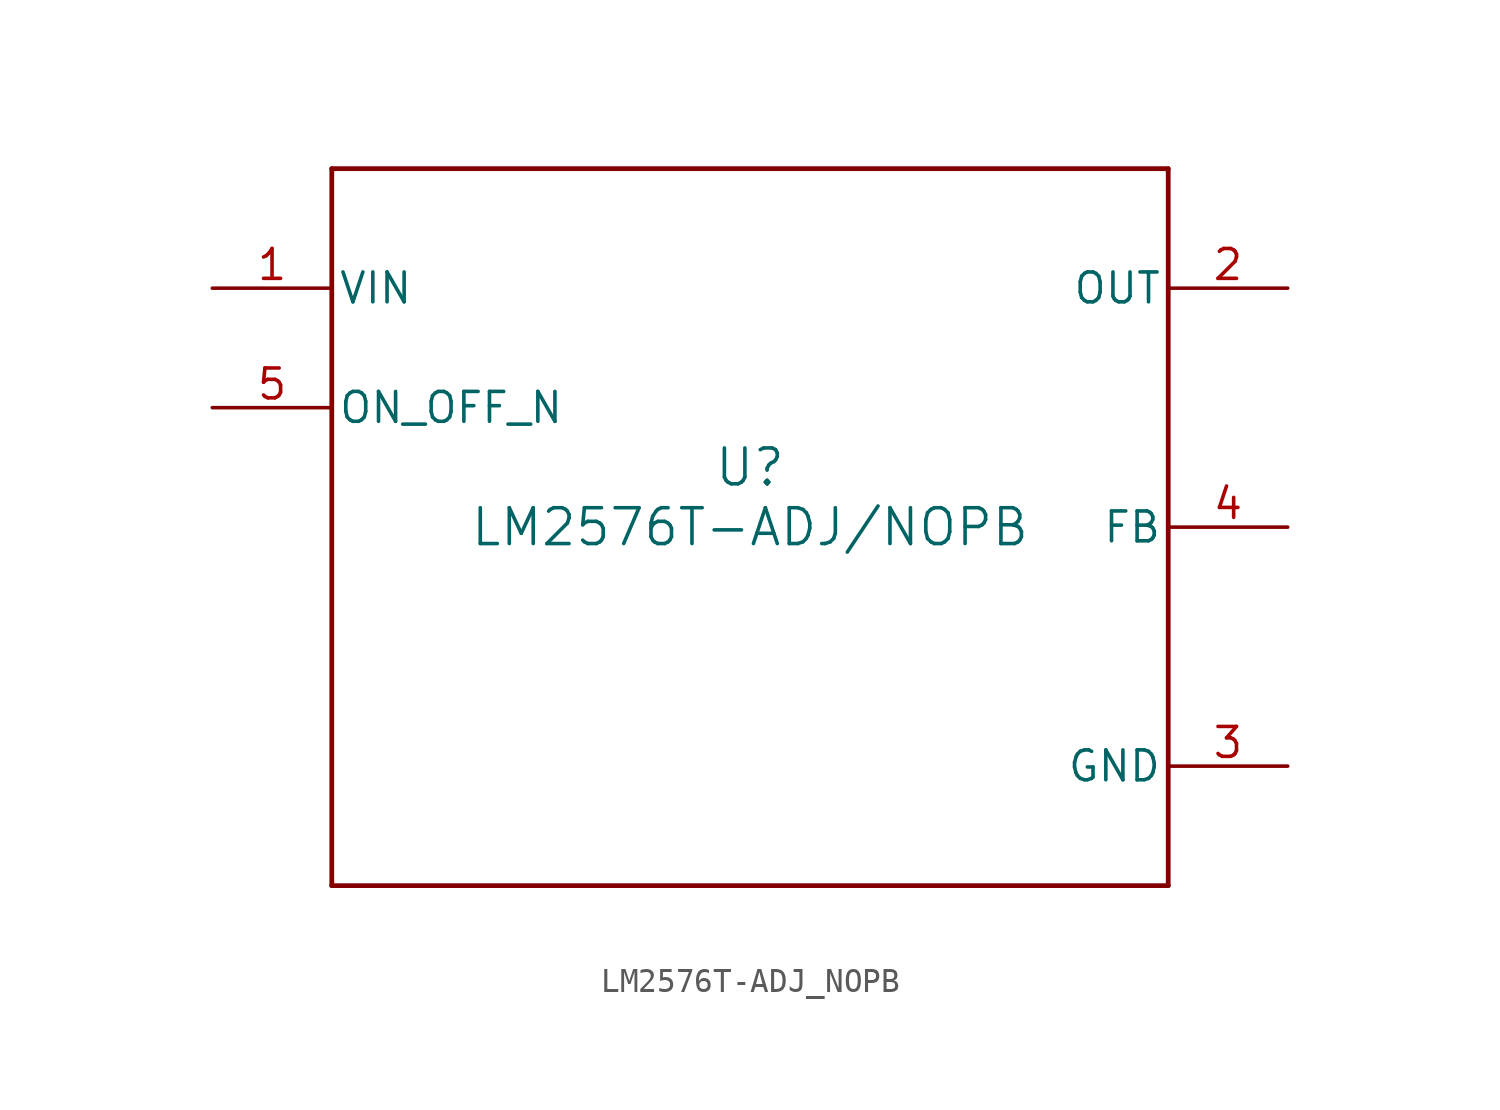
<source format=kicad_sym>
(kicad_symbol_lib
  (version 20211014)
  (generator kicad_symbol_editor)
  (symbol "LM2576T-ADJ_NOPB"
    (pin_names
      (offset 0.254))
    (property "Reference" "U"
      (at 0 2.54 0)
      (effects (font (size 1.524 1.524))))
    (property "Value" "LM2576T-ADJ/NOPB"
      (at 0 0 0)
      (effects (font (size 1.524 1.524))))
    (symbol "LM2576T-ADJ_NOPB_0_1"
      (polyline (pts (xy -17.78 -15.24) (xy 17.78 -15.24)) (stroke (width 0.203) (type default) (color 0 0 0 0)) (fill (type none)))
      (polyline (pts (xy 17.78 -15.24) (xy 17.78 15.24)) (stroke (width 0.203) (type default) (color 0 0 0 0)) (fill (type none)))
      (polyline (pts (xy 17.78 15.24) (xy -17.78 15.24)) (stroke (width 0.203) (type default) (color 0 0 0 0)) (fill (type none)))
      (polyline (pts (xy -17.78 15.24) (xy -17.78 -15.24)) (stroke (width 0.203) (type default) (color 0 0 0 0)) (fill (type none)))
      (pin power_in line (at -22.86 10.16 0) (length 5.08) (name "VIN" (effects (font (size 1.27 1.27)))) (number "1" (effects (font (size 1.27 1.27)))))
      (pin output line (at 22.86 10.16 180) (length 5.08) (name "OUT" (effects (font (size 1.27 1.27)))) (number "2" (effects (font (size 1.27 1.27)))))
      (pin power_in line (at 22.86 -10.16 180) (length 5.08) (name "GND" (effects (font (size 1.27 1.27)))) (number "3" (effects (font (size 1.27 1.27)))))
      (pin input line (at 22.86 0 180) (length 5.08) (name "FB" (effects (font (size 1.27 1.27)))) (number "4" (effects (font (size 1.27 1.27)))))
      (pin input line (at -22.86 5.08 0) (length 5.08) (name "ON_OFF_N" (effects (font (size 1.27 1.27)))) (number "5" (effects (font (size 1.27 1.27))))))))
</source>
